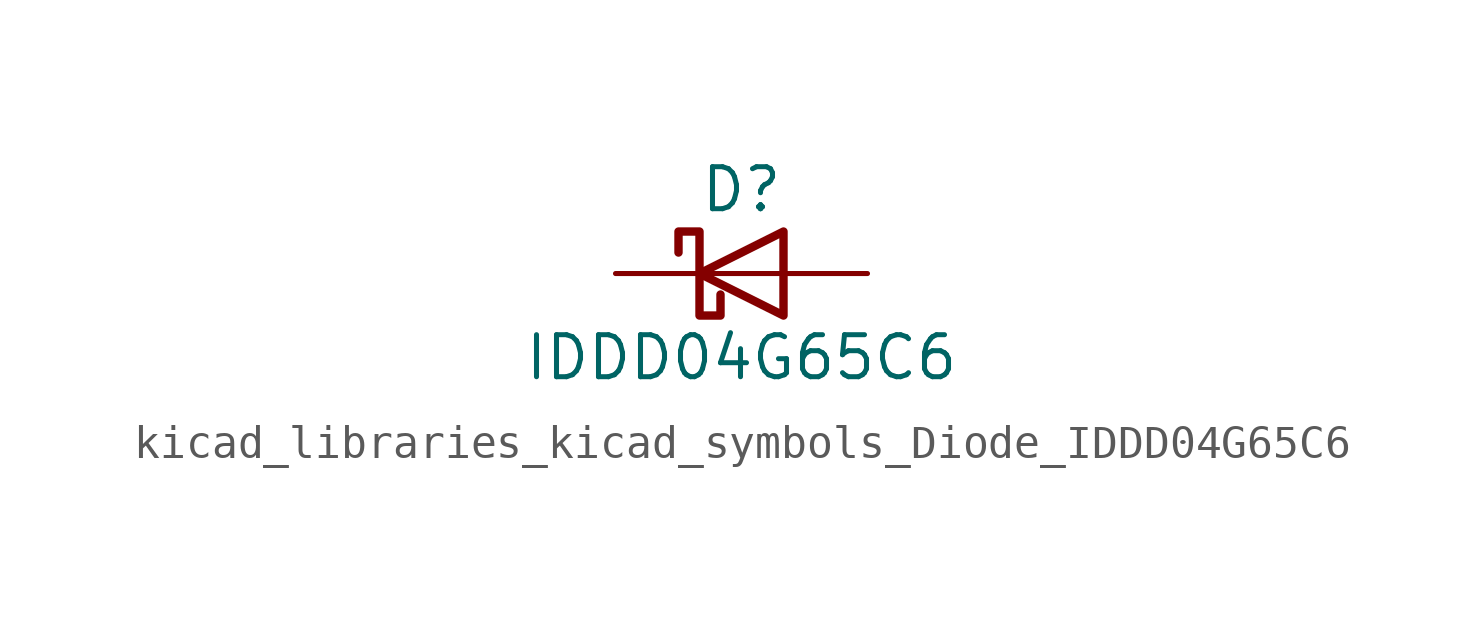
<source format=kicad_sym>
(kicad_symbol_lib
  (version 20220914)
  (generator kicad_symbol_editor)
  (symbol "kicad_libraries_kicad_symbols_Diode_IDDD04G65C6"
    (pin_numbers hide)
    (pin_names
      (offset 1.016) hide)
    (property "Reference" "D"
      (at 0 2.54 0)
      (effects (font (size 1.27 1.27))))
    (property "Value" "IDDD04G65C6"
      (at 0 -2.54 0)
      (effects (font (size 1.27 1.27))))
    (symbol "kicad_libraries_kicad_symbols_Diode_IDDD04G65C6_0_1"
      (polyline (pts (xy 1.27 0) (xy -1.27 0)) (stroke (width 0) (type default)) (fill (type none)))
      (polyline (pts (xy 1.27 1.27) (xy 1.27 -1.27) (xy -1.27 0) (xy 1.27 1.27)) (stroke (width 0.254) (type default)) (fill (type none)))
      (polyline (pts (xy -1.905 0.635) (xy -1.905 1.27) (xy -1.27 1.27) (xy -1.27 -1.27) (xy -0.635 -1.27) (xy -0.635 -0.635)) (stroke (width 0.254) (type default)) (fill (type none))))
    (symbol "kicad_libraries_kicad_symbols_Diode_IDDD04G65C6_1_1"
      (pin no_connect line (at 1.27 -1.27 180) (length 2.54) hide (name "NC" (effects (font (size 1.27 1.27)))) (number "1" (effects (font (size 1.27 1.27)))))
      (pin passive line (at -3.81 0 0) (length 2.54) hide (name "K" (effects (font (size 1.27 1.27)))) (number "10" (effects (font (size 1.27 1.27)))))
      (pin no_connect line (at 1.27 1.27 180) (length 2.54) hide (name "NC" (effects (font (size 1.27 1.27)))) (number "2" (effects (font (size 1.27 1.27)))))
      (pin passive line (at 3.81 0 180) (length 2.54) (name "A" (effects (font (size 1.27 1.27)))) (number "3" (effects (font (size 1.27 1.27)))))
      (pin passive line (at 3.81 0 180) (length 2.54) hide (name "A" (effects (font (size 1.27 1.27)))) (number "4" (effects (font (size 1.27 1.27)))))
      (pin passive line (at 3.81 0 180) (length 2.54) hide (name "A" (effects (font (size 1.27 1.27)))) (number "5" (effects (font (size 1.27 1.27)))))
      (pin passive line (at -3.81 0 0) (length 2.54) (name "K" (effects (font (size 1.27 1.27)))) (number "6" (effects (font (size 1.27 1.27)))))
      (pin passive line (at -3.81 0 0) (length 2.54) hide (name "K" (effects (font (size 1.27 1.27)))) (number "7" (effects (font (size 1.27 1.27)))))
      (pin passive line (at -3.81 0 0) (length 2.54) hide (name "K" (effects (font (size 1.27 1.27)))) (number "8" (effects (font (size 1.27 1.27)))))
      (pin passive line (at -3.81 0 0) (length 2.54) hide (name "K" (effects (font (size 1.27 1.27)))) (number "9" (effects (font (size 1.27 1.27))))))))
</source>
